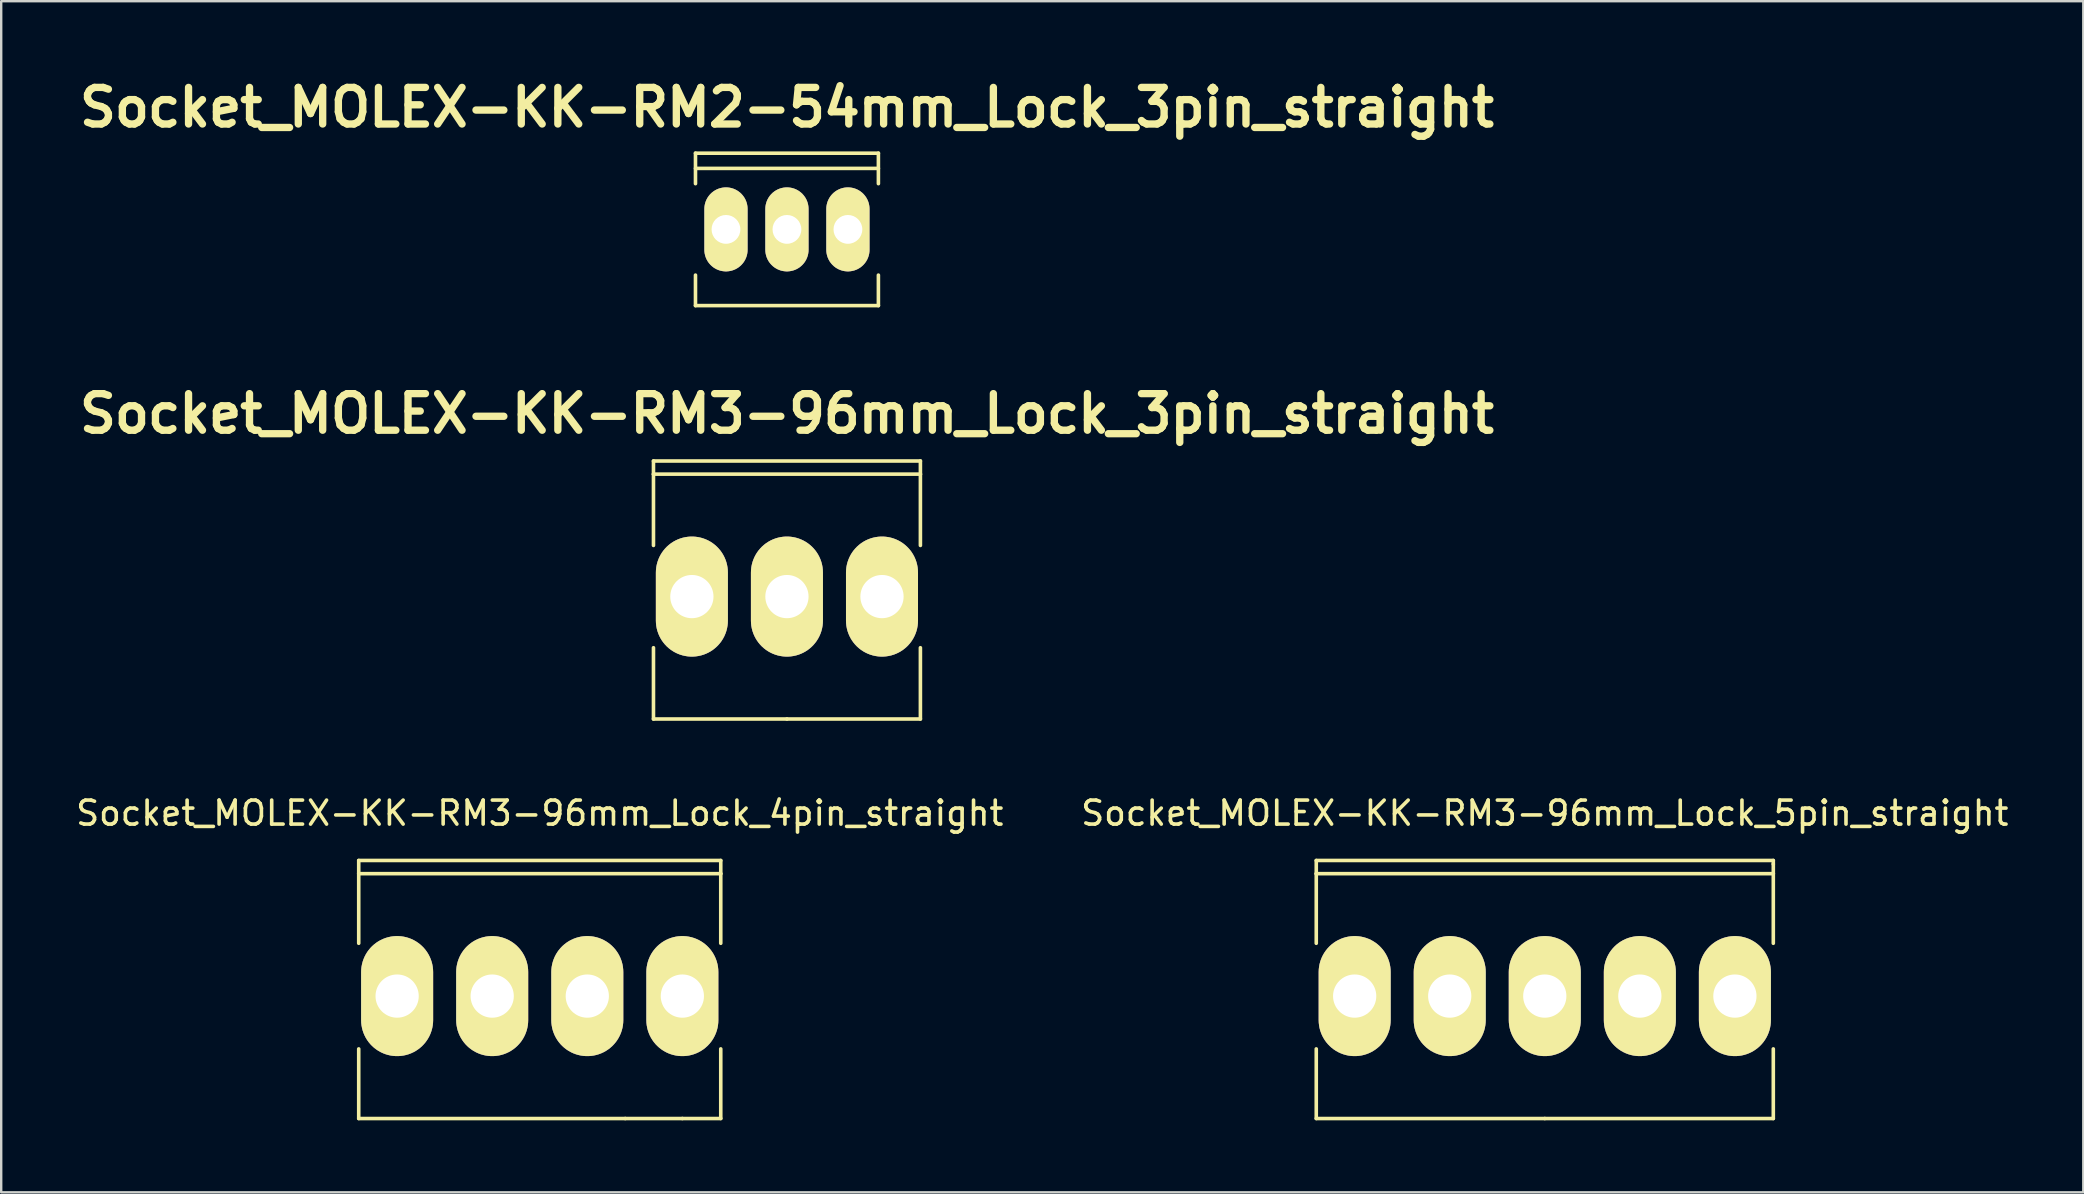
<source format=kicad_pcb>
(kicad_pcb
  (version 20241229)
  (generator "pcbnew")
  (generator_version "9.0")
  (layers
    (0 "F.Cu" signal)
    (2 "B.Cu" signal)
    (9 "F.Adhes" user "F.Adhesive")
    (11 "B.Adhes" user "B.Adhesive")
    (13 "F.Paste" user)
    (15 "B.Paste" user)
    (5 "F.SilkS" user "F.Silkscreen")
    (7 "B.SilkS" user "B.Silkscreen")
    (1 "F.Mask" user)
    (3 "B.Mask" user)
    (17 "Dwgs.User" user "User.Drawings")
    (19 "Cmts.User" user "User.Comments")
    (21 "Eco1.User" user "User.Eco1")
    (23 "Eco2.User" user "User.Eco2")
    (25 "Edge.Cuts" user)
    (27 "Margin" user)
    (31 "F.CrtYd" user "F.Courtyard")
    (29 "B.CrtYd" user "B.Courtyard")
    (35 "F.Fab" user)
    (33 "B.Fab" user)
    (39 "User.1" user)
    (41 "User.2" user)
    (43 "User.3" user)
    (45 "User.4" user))
  (footprint "Socket_MOLEX-KK-RM2-54mm_Lock_3pin_straight"
    (layer "F.Cu")
    (at 29.733 6.506)
    (property "Reference" "Socket_MOLEX-KK-RM2-54mm_Lock_3pin_straight" (at 0 -5.08 0) (layer "F.SilkS") (effects (font (size 1.524 1.524) (thickness 0.305))))
    (attr through_hole)
    (fp_line (start -3.81 -3.175) (end 3.81 -3.175) (stroke (width 0.15) (type solid)) (layer "F.SilkS"))
    (fp_line (start -3.81 -1.905) (end -3.81 -3.175) (stroke (width 0.15) (type solid)) (layer "F.SilkS"))
    (fp_line (start -3.81 3.175) (end -3.81 1.905) (stroke (width 0.15) (type solid)) (layer "F.SilkS"))
    (fp_line (start 3.81 -3.175) (end 3.81 -1.905) (stroke (width 0.15) (type solid)) (layer "F.SilkS"))
    (fp_line (start 3.81 -2.54) (end -3.81 -2.54) (stroke (width 0.15) (type solid)) (layer "F.SilkS"))
    (fp_line (start 3.81 1.905) (end 3.81 3.175) (stroke (width 0.15) (type solid)) (layer "F.SilkS"))
    (fp_line (start 3.81 3.175) (end -3.81 3.175) (stroke (width 0.15) (type solid)) (layer "F.SilkS"))
    (pad "1" thru_hole oval (at -2.54 0) (size 1.801 3.5) (drill 1.199) (layers "*.Cu" "*.Mask" "F.SilkS"))
    (pad "2" thru_hole oval (at 0 0) (size 1.801 3.5) (drill 1.199) (layers "*.Cu" "*.Mask" "F.SilkS"))
    (pad "3" thru_hole oval (at 2.54 0) (size 1.801 3.5) (drill 1.199) (layers "*.Cu" "*.Mask" "F.SilkS")))
  (footprint "Socket_MOLEX-KK-RM3-96mm_Lock_3pin_straight"
    (layer "F.Cu")
    (at 29.733 21.803)
    (property "Reference" "Socket_MOLEX-KK-RM3-96mm_Lock_3pin_straight" (at 0 -7.62 0) (layer "F.SilkS") (effects (font (size 1.524 1.524) (thickness 0.305))))
    (attr through_hole)
    (fp_line (start -5.56 -5.649) (end -5.56 -5.1) (stroke (width 0.15) (type solid)) (layer "F.SilkS"))
    (fp_line (start -5.56 -5.1) (end -5.56 -2.131) (stroke (width 0.15) (type solid)) (layer "F.SilkS"))
    (fp_line (start -5.56 2.131) (end -5.56 5.1) (stroke (width 0.15) (type solid)) (layer "F.SilkS"))
    (fp_line (start -5.56 5.1) (end 0 5.1) (stroke (width 0.15) (type solid)) (layer "F.SilkS"))
    (fp_line (start 0 5.1) (end 5.56 5.1) (stroke (width 0.15) (type solid)) (layer "F.SilkS"))
    (fp_line (start 5.56 -5.649) (end -5.56 -5.649) (stroke (width 0.15) (type solid)) (layer "F.SilkS"))
    (fp_line (start 5.56 -5.1) (end -5.56 -5.1) (stroke (width 0.15) (type solid)) (layer "F.SilkS"))
    (fp_line (start 5.56 -5.1) (end 5.56 -5.649) (stroke (width 0.15) (type solid)) (layer "F.SilkS"))
    (fp_line (start 5.56 -2.131) (end 5.56 -5.1) (stroke (width 0.15) (type solid)) (layer "F.SilkS"))
    (fp_line (start 5.56 5.1) (end 5.56 2.131) (stroke (width 0.15) (type solid)) (layer "F.SilkS"))
    (pad "1" thru_hole oval (at -3.96 0) (size 3 5.001) (drill 1.801) (layers "*.Cu" "*.Mask" "F.SilkS"))
    (pad "2" thru_hole oval (at 0 0) (size 3 5.001) (drill 1.801) (layers "*.Cu" "*.Mask" "F.SilkS"))
    (pad "3" thru_hole oval (at 3.96 0) (size 3 5.001) (drill 1.801) (layers "*.Cu" "*.Mask" "F.SilkS")))
  (footprint "Socket_MOLEX-KK-RM3-96mm_Lock_5pin_straight"
    (layer "F.Cu")
    (at 61.304 38.446)
    (property "Reference" "Socket_MOLEX-KK-RM3-96mm_Lock_5pin_straight" (at 0 -7.62 0) (layer "F.SilkS") (effects (font (size 1 1) (thickness 0.15))))
    (attr through_hole)
    (fp_line (start -9.52 -5.649) (end -9.52 -5.1) (stroke (width 0.15) (type solid)) (layer "F.SilkS"))
    (fp_line (start -9.52 -5.1) (end -9.52 -2.2) (stroke (width 0.15) (type solid)) (layer "F.SilkS"))
    (fp_line (start -9.52 2.2) (end -9.52 5.1) (stroke (width 0.15) (type solid)) (layer "F.SilkS"))
    (fp_line (start -9.52 5.1) (end 0 5.1) (stroke (width 0.15) (type solid)) (layer "F.SilkS"))
    (fp_line (start 0 5.1) (end 9.52 5.1) (stroke (width 0.15) (type solid)) (layer "F.SilkS"))
    (fp_line (start 9.52 -5.649) (end -9.52 -5.649) (stroke (width 0.15) (type solid)) (layer "F.SilkS"))
    (fp_line (start 9.52 -5.499) (end 9.52 -5.649) (stroke (width 0.15) (type solid)) (layer "F.SilkS"))
    (fp_line (start 9.52 -5.1) (end -9.52 -5.1) (stroke (width 0.15) (type solid)) (layer "F.SilkS"))
    (fp_line (start 9.52 -5.1) (end 9.52 -5.499) (stroke (width 0.15) (type solid)) (layer "F.SilkS"))
    (fp_line (start 9.52 -2.2) (end 9.52 -5.1) (stroke (width 0.15) (type solid)) (layer "F.SilkS"))
    (fp_line (start 9.52 5.1) (end 9.52 2.2) (stroke (width 0.15) (type solid)) (layer "F.SilkS"))
    (pad "1" thru_hole oval (at -7.92 0) (size 3 5.001) (drill 1.801) (layers "*.Cu" "*.Mask" "F.SilkS"))
    (pad "2" thru_hole oval (at -3.96 0) (size 3 5.001) (drill 1.801) (layers "*.Cu" "*.Mask" "F.SilkS"))
    (pad "3" thru_hole oval (at 0 0) (size 3 5.001) (drill 1.801) (layers "*.Cu" "*.Mask" "F.SilkS"))
    (pad "4" thru_hole oval (at 3.96 0) (size 3 5.001) (drill 1.801) (layers "*.Cu" "*.Mask" "F.SilkS"))
    (pad "5" thru_hole oval (at 7.92 0) (size 3 5.001) (drill 1.801) (layers "*.Cu" "*.Mask" "F.SilkS")))
  (footprint "Socket_MOLEX-KK-RM3-96mm_Lock_4pin_straight"
    (layer "F.Cu")
    (at 19.435 38.446)
    (property "Reference" "Socket_MOLEX-KK-RM3-96mm_Lock_4pin_straight" (at 0 -7.62 0) (layer "F.SilkS") (effects (font (size 1 1) (thickness 0.15))))
    (attr through_hole)
    (fp_line (start -7.541 -5.649) (end -7.541 -5.1) (stroke (width 0.15) (type solid)) (layer "F.SilkS"))
    (fp_line (start -7.541 -5.1) (end -7.541 -2.2) (stroke (width 0.15) (type solid)) (layer "F.SilkS"))
    (fp_line (start -7.541 2.2) (end -7.541 5.1) (stroke (width 0.15) (type solid)) (layer "F.SilkS"))
    (fp_line (start -7.541 5.1) (end 3.561 5.1) (stroke (width 0.15) (type solid)) (layer "F.SilkS"))
    (fp_line (start 3.561 5.1) (end 5.941 5.1) (stroke (width 0.15) (type solid)) (layer "F.SilkS"))
    (fp_line (start 5.941 5.1) (end 7.541 5.1) (stroke (width 0.15) (type solid)) (layer "F.SilkS"))
    (fp_line (start 7.541 -5.649) (end -7.541 -5.649) (stroke (width 0.15) (type solid)) (layer "F.SilkS"))
    (fp_line (start 7.541 -5.1) (end -7.541 -5.1) (stroke (width 0.15) (type solid)) (layer "F.SilkS"))
    (fp_line (start 7.541 -5.1) (end 7.541 -5.649) (stroke (width 0.15) (type solid)) (layer "F.SilkS"))
    (fp_line (start 7.541 -2.2) (end 7.541 -5.1) (stroke (width 0.15) (type solid)) (layer "F.SilkS"))
    (fp_line (start 7.541 5.1) (end 7.541 2.2) (stroke (width 0.15) (type solid)) (layer "F.SilkS"))
    (pad "1" thru_hole oval (at -5.941 0) (size 3 5.001) (drill 1.801) (layers "*.Cu" "*.Mask" "F.SilkS"))
    (pad "2" thru_hole oval (at -1.981 0) (size 3 5.001) (drill 1.801) (layers "*.Cu" "*.Mask" "F.SilkS"))
    (pad "3" thru_hole oval (at 1.981 0) (size 3 5.001) (drill 1.801) (layers "*.Cu" "*.Mask" "F.SilkS"))
    (pad "4" thru_hole oval (at 5.941 0) (size 3 5.001) (drill 1.801) (layers "*.Cu" "*.Mask" "F.SilkS")))
  (gr_rect
    (start -3 -3)
    (end 83.738 46.622)
    (stroke (width 0.1) (type default))
    (fill no)
    (layer "Edge.Cuts")))
</source>
